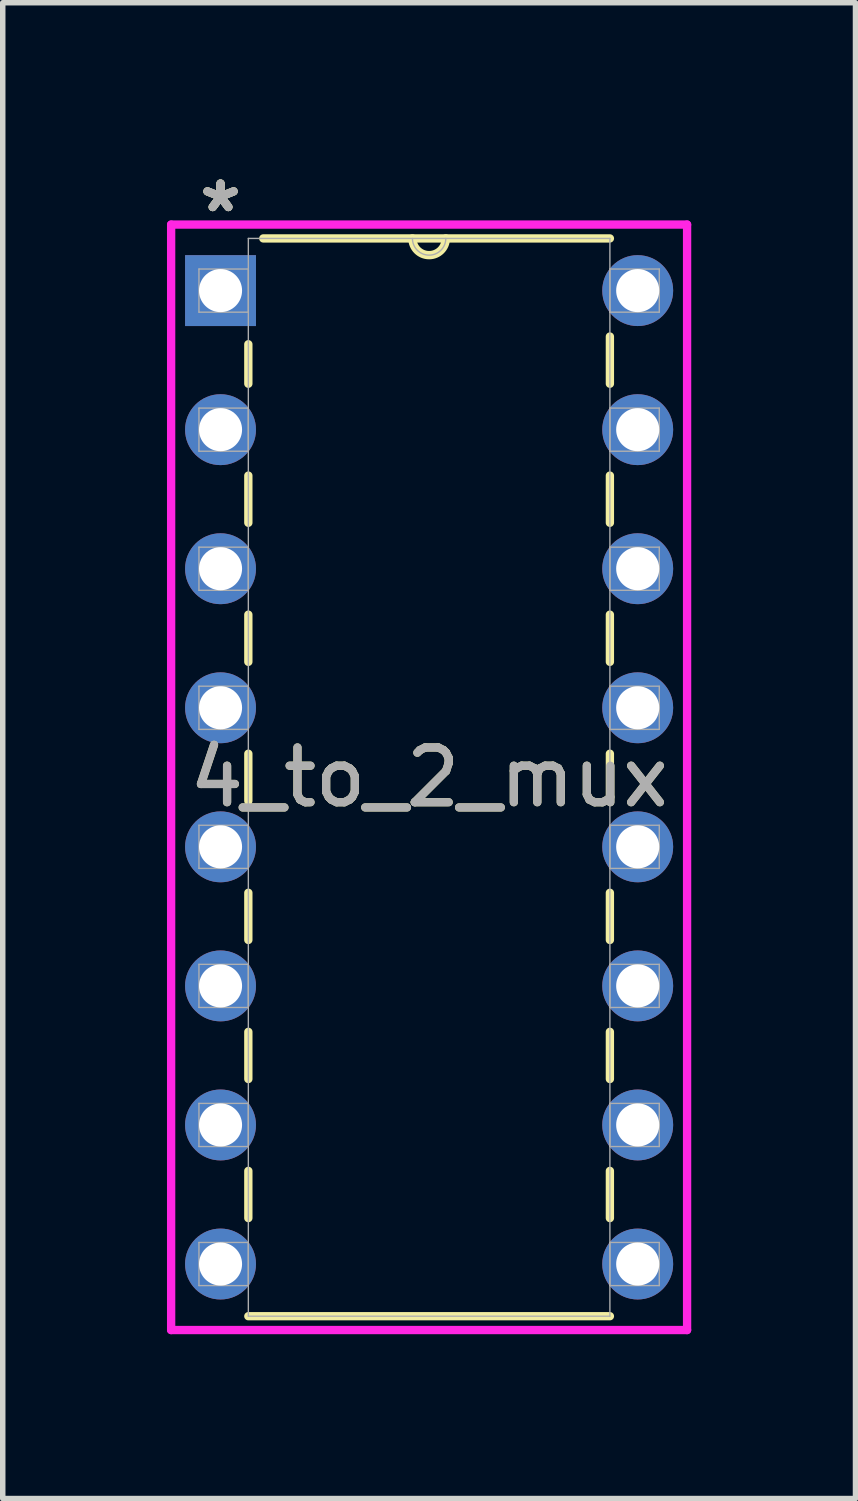
<source format=kicad_pcb>
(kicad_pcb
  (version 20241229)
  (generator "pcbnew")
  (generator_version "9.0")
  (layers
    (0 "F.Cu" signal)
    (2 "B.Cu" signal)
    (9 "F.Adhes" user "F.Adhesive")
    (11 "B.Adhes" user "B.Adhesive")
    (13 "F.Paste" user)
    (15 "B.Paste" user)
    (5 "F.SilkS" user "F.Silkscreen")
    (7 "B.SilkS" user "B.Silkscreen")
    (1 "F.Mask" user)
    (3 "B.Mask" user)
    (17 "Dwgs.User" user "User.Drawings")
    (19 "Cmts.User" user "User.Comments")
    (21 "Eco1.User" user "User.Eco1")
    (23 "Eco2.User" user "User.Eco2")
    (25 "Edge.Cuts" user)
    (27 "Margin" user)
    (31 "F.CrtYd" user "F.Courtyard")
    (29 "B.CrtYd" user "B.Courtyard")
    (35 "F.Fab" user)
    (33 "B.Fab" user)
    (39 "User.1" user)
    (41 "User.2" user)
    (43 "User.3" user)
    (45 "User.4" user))
  (footprint "4_to_2_mux"
    (layer "F.Cu")
    (at 8.598 20.038)
    (property "Reference" "4_to_2_mux" (at -3.81 -8.89 0) (unlocked yes) (layer "F.SilkS") (effects (font (size 1 1) (thickness 0.15))))
    (attr through_hole)
    (fp_line (start -7.112 -16.8) (end -7.112 -16.079) (stroke (width 0.152) (type solid)) (layer "F.SilkS"))
    (fp_line (start -7.112 -14.401) (end -7.112 -13.539) (stroke (width 0.152) (type solid)) (layer "F.SilkS"))
    (fp_line (start -7.112 -11.861) (end -7.112 -10.999) (stroke (width 0.152) (type solid)) (layer "F.SilkS"))
    (fp_line (start -7.112 -9.321) (end -7.112 -8.459) (stroke (width 0.152) (type solid)) (layer "F.SilkS"))
    (fp_line (start -7.112 -6.781) (end -7.112 -5.919) (stroke (width 0.152) (type solid)) (layer "F.SilkS"))
    (fp_line (start -7.112 -4.241) (end -7.112 -3.379) (stroke (width 0.152) (type solid)) (layer "F.SilkS"))
    (fp_line (start -7.112 -1.701) (end -7.112 -0.839) (stroke (width 0.152) (type solid)) (layer "F.SilkS"))
    (fp_line (start -7.112 0.953) (end -0.508 0.953) (stroke (width 0.152) (type solid)) (layer "F.SilkS"))
    (fp_line (start -0.508 -18.733) (end -6.839 -18.733) (stroke (width 0.152) (type solid)) (layer "F.SilkS"))
    (fp_line (start -0.508 -16.079) (end -0.508 -16.941) (stroke (width 0.152) (type solid)) (layer "F.SilkS"))
    (fp_line (start -0.508 -13.539) (end -0.508 -14.401) (stroke (width 0.152) (type solid)) (layer "F.SilkS"))
    (fp_line (start -0.508 -10.999) (end -0.508 -11.861) (stroke (width 0.152) (type solid)) (layer "F.SilkS"))
    (fp_line (start -0.508 -8.459) (end -0.508 -9.321) (stroke (width 0.152) (type solid)) (layer "F.SilkS"))
    (fp_line (start -0.508 -5.919) (end -0.508 -6.781) (stroke (width 0.152) (type solid)) (layer "F.SilkS"))
    (fp_line (start -0.508 -3.379) (end -0.508 -4.241) (stroke (width 0.152) (type solid)) (layer "F.SilkS"))
    (fp_line (start -0.508 -0.839) (end -0.508 -1.701) (stroke (width 0.152) (type solid)) (layer "F.SilkS"))
    (fp_arc (start -3.5052 -18.7325) (mid -3.81 -18.4277) (end -4.1148 -18.7325) (stroke (width 0.1524) (type solid)) (layer "F.SilkS"))
    (fp_line (start -8.522 -18.986) (end -8.522 1.206) (stroke (width 0.152) (type solid)) (layer "F.CrtYd"))
    (fp_line (start -8.522 1.206) (end 0.902 1.206) (stroke (width 0.152) (type solid)) (layer "F.CrtYd"))
    (fp_line (start 0.902 -18.986) (end -8.522 -18.986) (stroke (width 0.152) (type solid)) (layer "F.CrtYd"))
    (fp_line (start 0.902 1.206) (end 0.902 -18.986) (stroke (width 0.152) (type solid)) (layer "F.CrtYd"))
    (fp_line (start -8.014 -18.174) (end -8.014 -17.386) (stroke (width 0.025) (type solid)) (layer "F.Fab"))
    (fp_line (start -8.014 -17.386) (end -7.112 -17.386) (stroke (width 0.025) (type solid)) (layer "F.Fab"))
    (fp_line (start -8.014 -15.634) (end -8.014 -14.846) (stroke (width 0.025) (type solid)) (layer "F.Fab"))
    (fp_line (start -8.014 -14.846) (end -7.112 -14.846) (stroke (width 0.025) (type solid)) (layer "F.Fab"))
    (fp_line (start -8.014 -13.094) (end -8.014 -12.306) (stroke (width 0.025) (type solid)) (layer "F.Fab"))
    (fp_line (start -8.014 -12.306) (end -7.112 -12.306) (stroke (width 0.025) (type solid)) (layer "F.Fab"))
    (fp_line (start -8.014 -10.554) (end -8.014 -9.766) (stroke (width 0.025) (type solid)) (layer "F.Fab"))
    (fp_line (start -8.014 -9.766) (end -7.112 -9.766) (stroke (width 0.025) (type solid)) (layer "F.Fab"))
    (fp_line (start -8.014 -8.014) (end -8.014 -7.226) (stroke (width 0.025) (type solid)) (layer "F.Fab"))
    (fp_line (start -8.014 -7.226) (end -7.112 -7.226) (stroke (width 0.025) (type solid)) (layer "F.Fab"))
    (fp_line (start -8.014 -5.474) (end -8.014 -4.686) (stroke (width 0.025) (type solid)) (layer "F.Fab"))
    (fp_line (start -8.014 -4.686) (end -7.112 -4.686) (stroke (width 0.025) (type solid)) (layer "F.Fab"))
    (fp_line (start -8.014 -2.934) (end -8.014 -2.146) (stroke (width 0.025) (type solid)) (layer "F.Fab"))
    (fp_line (start -8.014 -2.146) (end -7.112 -2.146) (stroke (width 0.025) (type solid)) (layer "F.Fab"))
    (fp_line (start -8.014 -0.394) (end -8.014 0.394) (stroke (width 0.025) (type solid)) (layer "F.Fab"))
    (fp_line (start -8.014 0.394) (end -7.112 0.394) (stroke (width 0.025) (type solid)) (layer "F.Fab"))
    (fp_line (start -7.112 -18.733) (end -7.112 0.953) (stroke (width 0.025) (type solid)) (layer "F.Fab"))
    (fp_line (start -7.112 -18.174) (end -8.014 -18.174) (stroke (width 0.025) (type solid)) (layer "F.Fab"))
    (fp_line (start -7.112 -17.386) (end -7.112 -18.174) (stroke (width 0.025) (type solid)) (layer "F.Fab"))
    (fp_line (start -7.112 -15.634) (end -8.014 -15.634) (stroke (width 0.025) (type solid)) (layer "F.Fab"))
    (fp_line (start -7.112 -14.846) (end -7.112 -15.634) (stroke (width 0.025) (type solid)) (layer "F.Fab"))
    (fp_line (start -7.112 -13.094) (end -8.014 -13.094) (stroke (width 0.025) (type solid)) (layer "F.Fab"))
    (fp_line (start -7.112 -12.306) (end -7.112 -13.094) (stroke (width 0.025) (type solid)) (layer "F.Fab"))
    (fp_line (start -7.112 -10.554) (end -8.014 -10.554) (stroke (width 0.025) (type solid)) (layer "F.Fab"))
    (fp_line (start -7.112 -9.766) (end -7.112 -10.554) (stroke (width 0.025) (type solid)) (layer "F.Fab"))
    (fp_line (start -7.112 -8.014) (end -8.014 -8.014) (stroke (width 0.025) (type solid)) (layer "F.Fab"))
    (fp_line (start -7.112 -7.226) (end -7.112 -8.014) (stroke (width 0.025) (type solid)) (layer "F.Fab"))
    (fp_line (start -7.112 -5.474) (end -8.014 -5.474) (stroke (width 0.025) (type solid)) (layer "F.Fab"))
    (fp_line (start -7.112 -4.686) (end -7.112 -5.474) (stroke (width 0.025) (type solid)) (layer "F.Fab"))
    (fp_line (start -7.112 -2.934) (end -8.014 -2.934) (stroke (width 0.025) (type solid)) (layer "F.Fab"))
    (fp_line (start -7.112 -2.146) (end -7.112 -2.934) (stroke (width 0.025) (type solid)) (layer "F.Fab"))
    (fp_line (start -7.112 -0.394) (end -8.014 -0.394) (stroke (width 0.025) (type solid)) (layer "F.Fab"))
    (fp_line (start -7.112 0.394) (end -7.112 -0.394) (stroke (width 0.025) (type solid)) (layer "F.Fab"))
    (fp_line (start -7.112 0.953) (end -0.508 0.953) (stroke (width 0.025) (type solid)) (layer "F.Fab"))
    (fp_line (start -0.508 -18.733) (end -7.112 -18.733) (stroke (width 0.025) (type solid)) (layer "F.Fab"))
    (fp_line (start -0.508 -18.174) (end -0.508 -17.386) (stroke (width 0.025) (type solid)) (layer "F.Fab"))
    (fp_line (start -0.508 -17.386) (end 0.394 -17.386) (stroke (width 0.025) (type solid)) (layer "F.Fab"))
    (fp_line (start -0.508 -15.634) (end -0.508 -14.846) (stroke (width 0.025) (type solid)) (layer "F.Fab"))
    (fp_line (start -0.508 -14.846) (end 0.394 -14.846) (stroke (width 0.025) (type solid)) (layer "F.Fab"))
    (fp_line (start -0.508 -13.094) (end -0.508 -12.306) (stroke (width 0.025) (type solid)) (layer "F.Fab"))
    (fp_line (start -0.508 -12.306) (end 0.394 -12.306) (stroke (width 0.025) (type solid)) (layer "F.Fab"))
    (fp_line (start -0.508 -10.554) (end -0.508 -9.766) (stroke (width 0.025) (type solid)) (layer "F.Fab"))
    (fp_line (start -0.508 -9.766) (end 0.394 -9.766) (stroke (width 0.025) (type solid)) (layer "F.Fab"))
    (fp_line (start -0.508 -8.014) (end -0.508 -7.226) (stroke (width 0.025) (type solid)) (layer "F.Fab"))
    (fp_line (start -0.508 -7.226) (end 0.394 -7.226) (stroke (width 0.025) (type solid)) (layer "F.Fab"))
    (fp_line (start -0.508 -5.474) (end -0.508 -4.686) (stroke (width 0.025) (type solid)) (layer "F.Fab"))
    (fp_line (start -0.508 -4.686) (end 0.394 -4.686) (stroke (width 0.025) (type solid)) (layer "F.Fab"))
    (fp_line (start -0.508 -2.934) (end -0.508 -2.146) (stroke (width 0.025) (type solid)) (layer "F.Fab"))
    (fp_line (start -0.508 -2.146) (end 0.394 -2.146) (stroke (width 0.025) (type solid)) (layer "F.Fab"))
    (fp_line (start -0.508 -0.394) (end -0.508 0.394) (stroke (width 0.025) (type solid)) (layer "F.Fab"))
    (fp_line (start -0.508 0.394) (end 0.394 0.394) (stroke (width 0.025) (type solid)) (layer "F.Fab"))
    (fp_line (start -0.508 0.953) (end -0.508 -18.733) (stroke (width 0.025) (type solid)) (layer "F.Fab"))
    (fp_line (start 0.394 -18.174) (end -0.508 -18.174) (stroke (width 0.025) (type solid)) (layer "F.Fab"))
    (fp_line (start 0.394 -17.386) (end 0.394 -18.174) (stroke (width 0.025) (type solid)) (layer "F.Fab"))
    (fp_line (start 0.394 -15.634) (end -0.508 -15.634) (stroke (width 0.025) (type solid)) (layer "F.Fab"))
    (fp_line (start 0.394 -14.846) (end 0.394 -15.634) (stroke (width 0.025) (type solid)) (layer "F.Fab"))
    (fp_line (start 0.394 -13.094) (end -0.508 -13.094) (stroke (width 0.025) (type solid)) (layer "F.Fab"))
    (fp_line (start 0.394 -12.306) (end 0.394 -13.094) (stroke (width 0.025) (type solid)) (layer "F.Fab"))
    (fp_line (start 0.394 -10.554) (end -0.508 -10.554) (stroke (width 0.025) (type solid)) (layer "F.Fab"))
    (fp_line (start 0.394 -9.766) (end 0.394 -10.554) (stroke (width 0.025) (type solid)) (layer "F.Fab"))
    (fp_line (start 0.394 -8.014) (end -0.508 -8.014) (stroke (width 0.025) (type solid)) (layer "F.Fab"))
    (fp_line (start 0.394 -7.226) (end 0.394 -8.014) (stroke (width 0.025) (type solid)) (layer "F.Fab"))
    (fp_line (start 0.394 -5.474) (end -0.508 -5.474) (stroke (width 0.025) (type solid)) (layer "F.Fab"))
    (fp_line (start 0.394 -4.686) (end 0.394 -5.474) (stroke (width 0.025) (type solid)) (layer "F.Fab"))
    (fp_line (start 0.394 -2.934) (end -0.508 -2.934) (stroke (width 0.025) (type solid)) (layer "F.Fab"))
    (fp_line (start 0.394 -2.146) (end 0.394 -2.934) (stroke (width 0.025) (type solid)) (layer "F.Fab"))
    (fp_line (start 0.394 -0.394) (end -0.508 -0.394) (stroke (width 0.025) (type solid)) (layer "F.Fab"))
    (fp_line (start 0.394 0.394) (end 0.394 -0.394) (stroke (width 0.025) (type solid)) (layer "F.Fab"))
    (fp_arc (start -3.5052 -18.7325) (mid -3.81 -18.4277) (end -4.1148 -18.7325) (stroke (width 0.0254) (type solid)) (layer "F.Fab"))
    (fp_text user "*" (at -7.62 -19.19 0) (layer "F.SilkS") (effects (font (size 1 1) (thickness 0.15))))
    (fp_text user "*" (at -7.62 -19.19 0) (unlocked yes) (layer "F.SilkS") (effects (font (size 1 1) (thickness 0.15))))
    (fp_text user "*" (at -7.62 -19.19 0) (layer "F.Fab") (effects (font (size 1 1) (thickness 0.15))))
    (fp_text user "*" (at -7.62 -19.19 0) (unlocked yes) (layer "F.Fab") (effects (font (size 1 1) (thickness 0.15))))
    (fp_text user "${REFERENCE}" (at -3.81 -8.89 0) (unlocked yes) (layer "F.Fab") (effects (font (size 1 1) (thickness 0.15))))
    (pad "1" thru_hole rect (at -7.62 -17.78) (size 1.295 1.295) (drill 0.787) (layers "*.Cu" "*.Mask"))
    (pad "2" thru_hole circle (at -7.62 -15.24) (size 1.295 1.295) (drill 0.787) (layers "*.Cu" "*.Mask"))
    (pad "3" thru_hole circle (at -7.62 -12.7) (size 1.295 1.295) (drill 0.787) (layers "*.Cu" "*.Mask"))
    (pad "4" thru_hole circle (at -7.62 -10.16) (size 1.295 1.295) (drill 0.787) (layers "*.Cu" "*.Mask"))
    (pad "5" thru_hole circle (at -7.62 -7.62) (size 1.295 1.295) (drill 0.787) (layers "*.Cu" "*.Mask"))
    (pad "6" thru_hole circle (at -7.62 -5.08) (size 1.295 1.295) (drill 0.787) (layers "*.Cu" "*.Mask"))
    (pad "7" thru_hole circle (at -7.62 -2.54) (size 1.295 1.295) (drill 0.787) (layers "*.Cu" "*.Mask"))
    (pad "8" thru_hole circle (at -7.62 0) (size 1.295 1.295) (drill 0.787) (layers "*.Cu" "*.Mask"))
    (pad "9" thru_hole circle (at 0 0) (size 1.295 1.295) (drill 0.787) (layers "*.Cu" "*.Mask"))
    (pad "10" thru_hole circle (at 0 -2.54) (size 1.295 1.295) (drill 0.787) (layers "*.Cu" "*.Mask"))
    (pad "11" thru_hole circle (at 0 -5.08) (size 1.295 1.295) (drill 0.787) (layers "*.Cu" "*.Mask"))
    (pad "12" thru_hole circle (at 0 -7.62) (size 1.295 1.295) (drill 0.787) (layers "*.Cu" "*.Mask"))
    (pad "13" thru_hole circle (at 0 -10.16) (size 1.295 1.295) (drill 0.787) (layers "*.Cu" "*.Mask"))
    (pad "14" thru_hole circle (at 0 -12.7) (size 1.295 1.295) (drill 0.787) (layers "*.Cu" "*.Mask"))
    (pad "15" thru_hole circle (at 0 -15.24) (size 1.295 1.295) (drill 0.787) (layers "*.Cu" "*.Mask"))
    (pad "16" thru_hole circle (at 0 -17.78) (size 1.295 1.295) (drill 0.787) (layers "*.Cu" "*.Mask")))
  (gr_rect
    (start -3 -3)
    (end 12.576 24.321)
    (stroke (width 0.1) (type default))
    (fill no)
    (layer "Edge.Cuts")))
</source>
